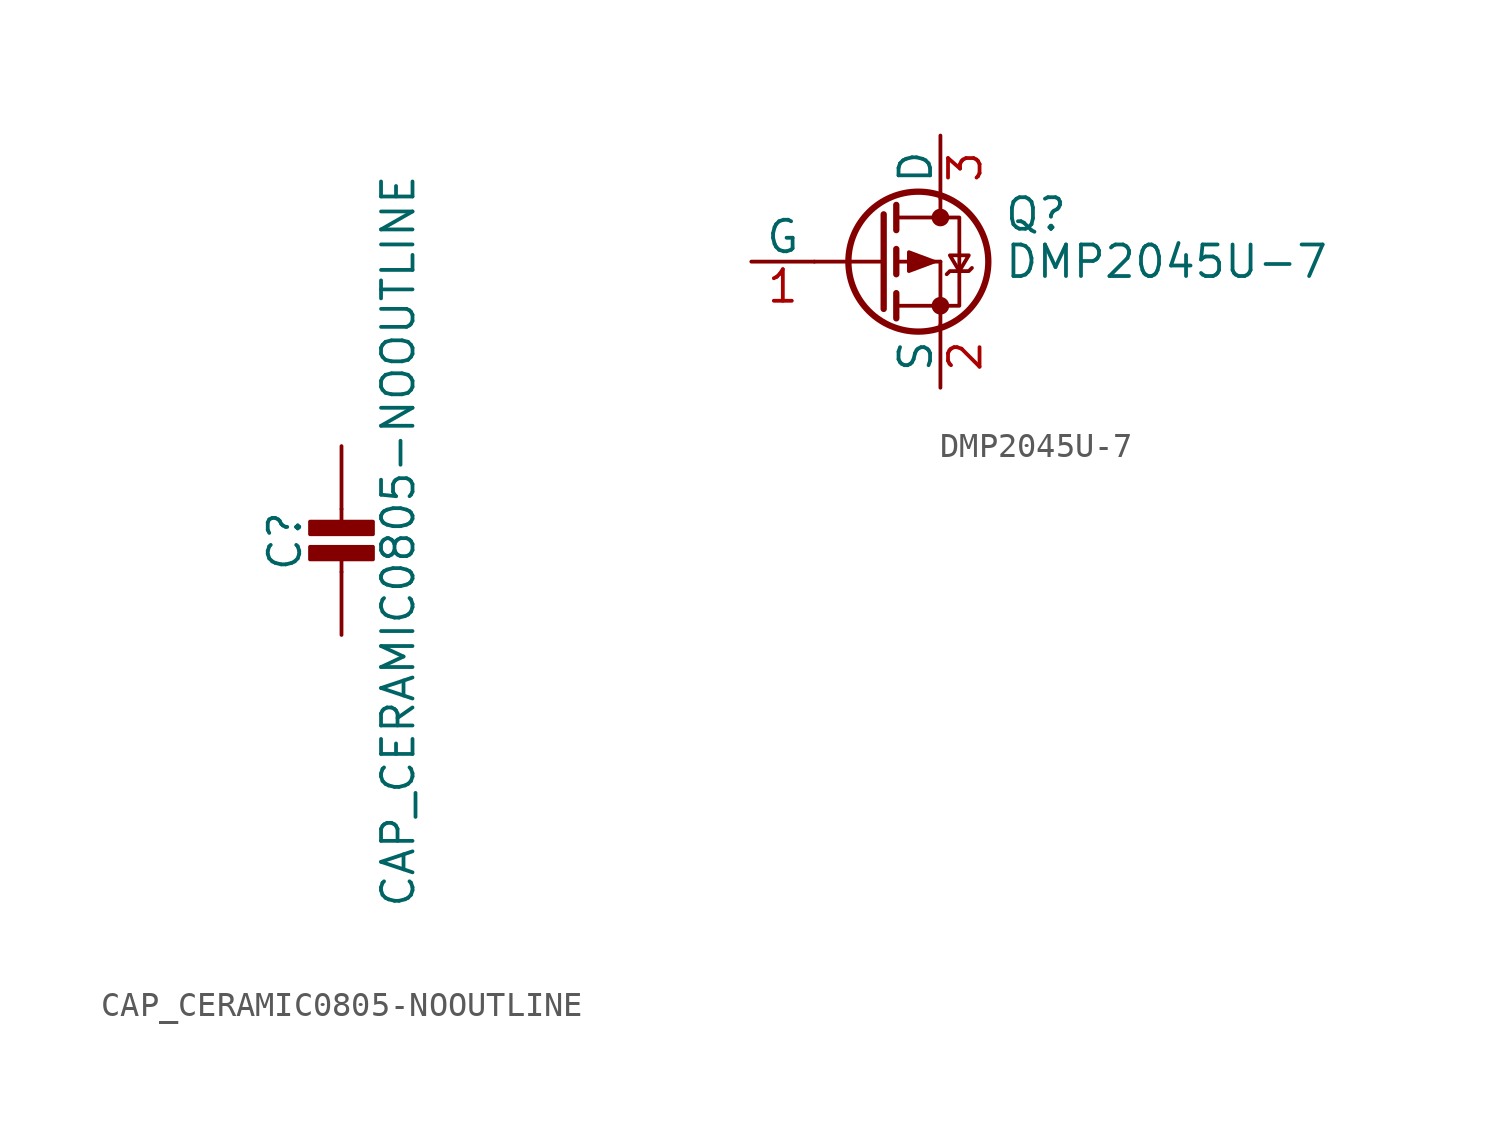
<source format=kicad_sym>
(kicad_symbol_lib
  (version 20211014)
  (generator kicad_symbol_editor)
  (symbol "CAP_CERAMIC0805-NOOUTLINE"
    (pin_names
      (offset 1.016))
    (property "Reference" "C"
      (at -2.286 1.245 90)
      (effects (font (size 1.27 1.27))))
    (property "Value" "CAP_CERAMIC0805-NOOUTLINE"
      (at 2.286 1.245 90)
      (effects (font (size 1.27 1.27))))
    (property "ki_locked" ""
      (at 0 0 0)
      (effects (font (size 1.27 1.27))))
    (symbol "CAP_CERAMIC0805-NOOUTLINE_1_0"
      (rectangle (start -1.27 0.508) (end 1.27 1.016) (stroke (width 0) (type default) (color 0 0 0 0)) (fill (type outline)))
      (rectangle (start -1.27 1.524) (end 1.27 2.032) (stroke (width 0) (type default) (color 0 0 0 0)) (fill (type outline)))
      (polyline (pts (xy 0 0.762) (xy 0 0)) (stroke (width 0) (type default) (color 0 0 0 0)) (fill (type none)))
      (polyline (pts (xy 0 2.54) (xy 0 1.778)) (stroke (width 0) (type default) (color 0 0 0 0)) (fill (type none)))
      (pin passive line (at 0 5.08 270) (length 2.54) (name "1" (effects (font (size 0 0)))) (number "1" (effects (font (size 0 0)))))
      (pin passive line (at 0 -2.54 90) (length 2.54) (name "2" (effects (font (size 0 0)))) (number "2" (effects (font (size 0 0)))))))
  (symbol "DMP2045U-7"
    (pin_names
      (offset 0))
    (property "Reference" "Q"
      (at 5.08 1.905 0)
      (effects (font (size 1.27 1.27)) (justify left)))
    (property "Value" "DMP2045U-7"
      (at 5.08 0 0)
      (effects (font (size 1.27 1.27)) (justify left)))
    (symbol "DMP2045U-7_0_1"
      (polyline (pts (xy -2.54 0) (xy 0.254 0)) (stroke (width 0) (type default) (color 0 0 0 0)) (fill (type none)))
      (polyline (pts (xy 0.762 -1.778) (xy 2.54 -1.778)) (stroke (width 0) (type default) (color 0 0 0 0)) (fill (type none)))
      (polyline (pts (xy 0.762 -1.27) (xy 0.762 -2.286)) (stroke (width 0.254) (type default) (color 0 0 0 0)) (fill (type none)))
      (polyline (pts (xy 0.762 0) (xy 2.54 0)) (stroke (width 0) (type default) (color 0 0 0 0)) (fill (type none)))
      (polyline (pts (xy 0.762 0.508) (xy 0.762 -0.508)) (stroke (width 0.254) (type default) (color 0 0 0 0)) (fill (type none)))
      (polyline (pts (xy 0.762 1.778) (xy 2.54 1.778)) (stroke (width 0) (type default) (color 0 0 0 0)) (fill (type none)))
      (polyline (pts (xy 0.762 2.286) (xy 0.762 1.27)) (stroke (width 0.254) (type default) (color 0 0 0 0)) (fill (type none)))
      (polyline (pts (xy 2.54 -1.778) (xy 2.54 -2.54)) (stroke (width 0) (type default) (color 0 0 0 0)) (fill (type none)))
      (polyline (pts (xy 2.54 -1.778) (xy 2.54 0)) (stroke (width 0) (type default) (color 0 0 0 0)) (fill (type none)))
      (polyline (pts (xy 2.54 2.54) (xy 2.54 1.778)) (stroke (width 0) (type default) (color 0 0 0 0)) (fill (type none)))
      (polyline (pts (xy 0.254 1.905) (xy 0.254 -1.905) (xy 0.254 -1.905)) (stroke (width 0.254) (type default) (color 0 0 0 0)) (fill (type none)))
      (polyline (pts (xy 2.286 0) (xy 1.27 -0.381) (xy 1.27 0.381) (xy 2.286 0)) (stroke (width 0) (type default) (color 0 0 0 0)) (fill (type outline)))
      (polyline (pts (xy 2.54 -1.778) (xy 3.302 -1.778) (xy 3.302 1.778) (xy 2.54 1.778)) (stroke (width 0) (type default) (color 0 0 0 0)) (fill (type none)))
      (polyline (pts (xy 2.794 -0.508) (xy 2.921 -0.381) (xy 3.683 -0.381) (xy 3.81 -0.254)) (stroke (width 0) (type default) (color 0 0 0 0)) (fill (type none)))
      (polyline (pts (xy 3.302 -0.381) (xy 2.921 0.254) (xy 3.683 0.254) (xy 3.302 -0.381)) (stroke (width 0) (type default) (color 0 0 0 0)) (fill (type none)))
      (circle (center 1.651 0) (radius 2.819) (stroke (width 0.254) (type default) (color 0 0 0 0)) (fill (type none)))
      (circle (center 2.54 -1.778) (radius 0.279) (stroke (width 0) (type default) (color 0 0 0 0)) (fill (type outline)))
      (circle (center 2.54 1.778) (radius 0.279) (stroke (width 0) (type default) (color 0 0 0 0)) (fill (type outline))))
    (symbol "DMP2045U-7_1_1"
      (pin input line (at -5.08 0 0) (length 2.54) (name "G" (effects (font (size 1.27 1.27)))) (number "1" (effects (font (size 1.27 1.27)))))
      (pin passive line (at 2.54 -5.08 90) (length 2.54) (name "S" (effects (font (size 1.27 1.27)))) (number "2" (effects (font (size 1.27 1.27)))))
      (pin passive line (at 2.54 5.08 270) (length 2.54) (name "D" (effects (font (size 1.27 1.27)))) (number "3" (effects (font (size 1.27 1.27))))))))
</source>
